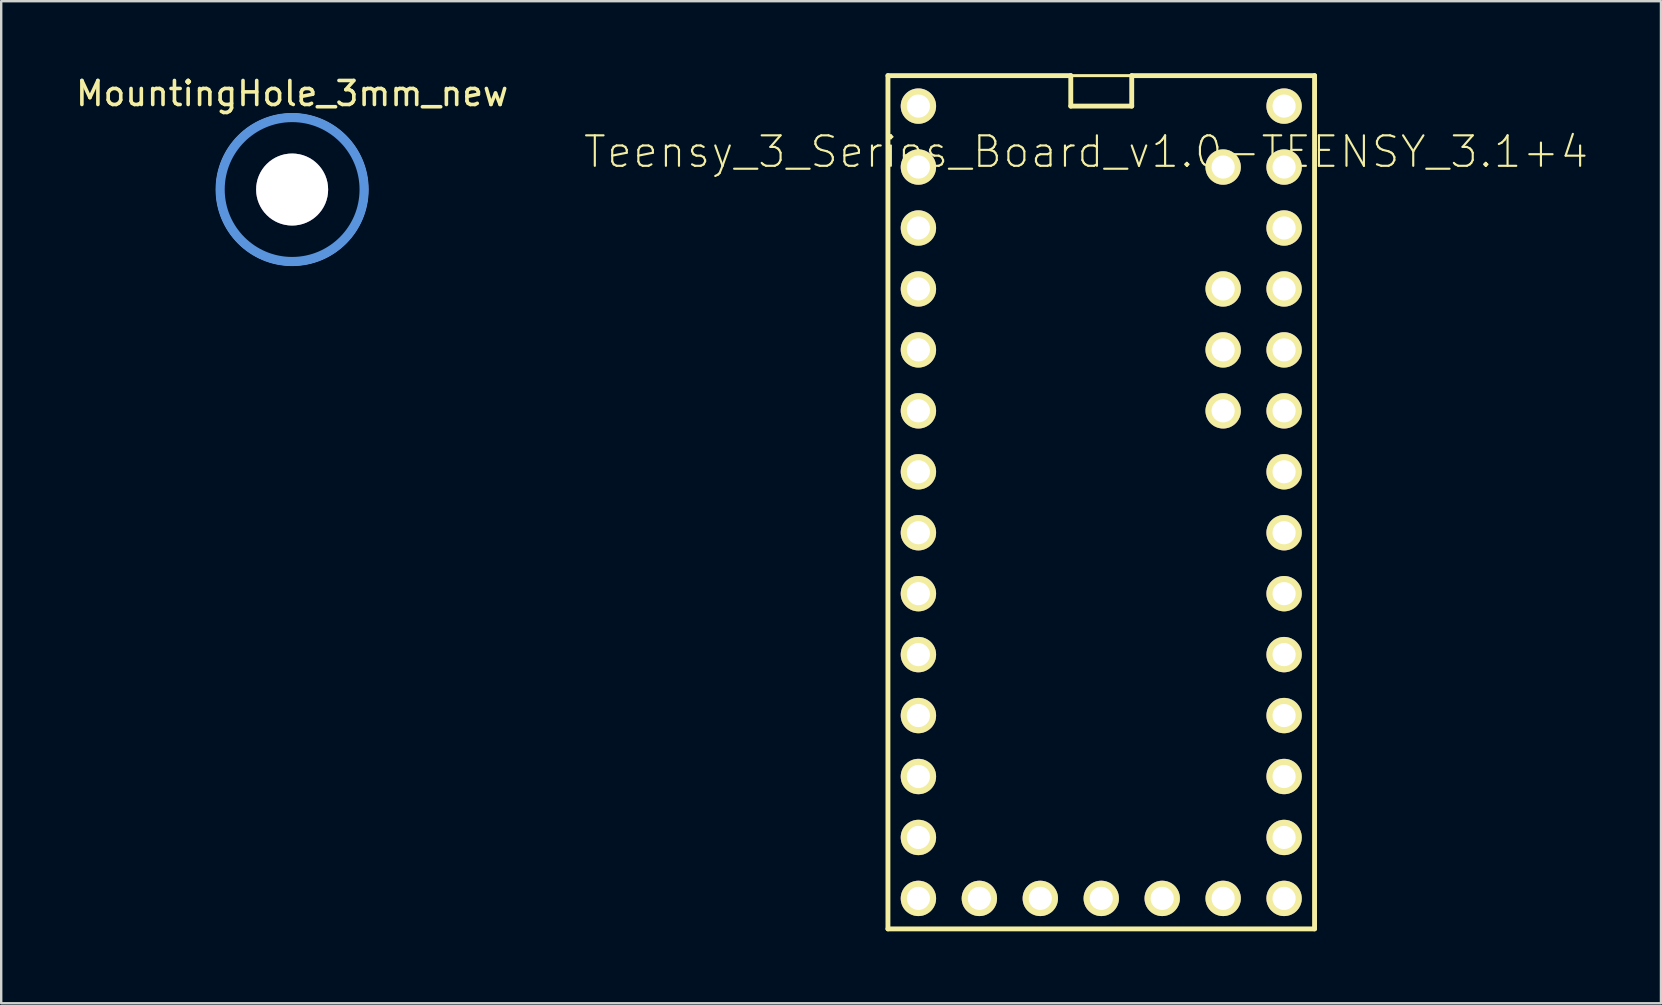
<source format=kicad_pcb>
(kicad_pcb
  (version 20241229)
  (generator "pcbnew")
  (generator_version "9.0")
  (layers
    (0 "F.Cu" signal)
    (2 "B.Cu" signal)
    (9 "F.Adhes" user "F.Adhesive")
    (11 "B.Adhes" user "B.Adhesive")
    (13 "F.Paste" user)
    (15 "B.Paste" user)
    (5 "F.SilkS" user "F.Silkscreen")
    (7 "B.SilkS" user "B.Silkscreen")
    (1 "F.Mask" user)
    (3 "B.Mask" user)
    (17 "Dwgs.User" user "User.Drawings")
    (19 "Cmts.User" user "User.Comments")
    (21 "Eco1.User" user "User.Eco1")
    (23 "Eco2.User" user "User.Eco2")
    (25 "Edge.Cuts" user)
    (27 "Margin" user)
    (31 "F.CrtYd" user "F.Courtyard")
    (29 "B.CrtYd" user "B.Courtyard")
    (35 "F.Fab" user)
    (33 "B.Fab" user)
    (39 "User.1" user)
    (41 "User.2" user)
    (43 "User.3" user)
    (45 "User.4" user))
  (footprint "MountingHole_3mm_new"
    (layer "F.Cu")
    (at 9.125 4.849)
    (property "Reference" "MountingHole_3mm_new" (at 0 -4 0) (layer "F.SilkS") (effects (font (size 1 1) (thickness 0.15))))
    (attr through_hole)
    (fp_circle (center 0 0) (end 3.048 -0.508) (stroke (width 0.15) (type solid)) (fill no) (layer "F.SilkS"))
    (fp_circle (center 0 0) (end 2.54 -1.778) (stroke (width 0.15) (type solid)) (fill no) (layer "B.SilkS"))
    (fp_circle (center 0 0) (end 3 0) (stroke (width 0.381) (type solid)) (fill no) (layer "Cmts.User"))
    (pad "" thru_hole circle (at 0 0) (size 3 3) (drill 3) (layers)))
  (footprint "Teensy_3_Series_Board_v1.0-TEENSY_3.1+4"
    (layer "F.Cu")
    (at 42.846 19.152)
    (property "Reference" "Teensy_3_Series_Board_v1.0-TEENSY_3.1+4" (at -0.635 -15.875 0) (layer "F.SilkS") (effects (font (size 1.27 1.27) (thickness 0.089))))
    (attr exclude_from_pos_files exclude_from_bom)
    (fp_line (start -8.89 -19.05) (end -1.27 -19.05) (stroke (width 0.203) (type solid)) (layer "F.SilkS"))
    (fp_line (start -8.89 -19.05) (end 8.89 -19.05) (stroke (width 0.127) (type solid)) (layer "F.SilkS"))
    (fp_line (start -8.89 16.51) (end -8.89 -19.05) (stroke (width 0.127) (type solid)) (layer "F.SilkS"))
    (fp_line (start -8.89 16.51) (end -8.89 -19.05) (stroke (width 0.203) (type solid)) (layer "F.SilkS"))
    (fp_line (start -1.27 -19.05) (end -1.27 -17.78) (stroke (width 0.203) (type solid)) (layer "F.SilkS"))
    (fp_line (start -1.27 -17.78) (end 1.27 -17.78) (stroke (width 0.203) (type solid)) (layer "F.SilkS"))
    (fp_line (start 1.27 -19.05) (end 8.89 -19.05) (stroke (width 0.203) (type solid)) (layer "F.SilkS"))
    (fp_line (start 1.27 -17.78) (end 1.27 -19.05) (stroke (width 0.203) (type solid)) (layer "F.SilkS"))
    (fp_line (start 8.89 -19.05) (end 8.89 16.51) (stroke (width 0.127) (type solid)) (layer "F.SilkS"))
    (fp_line (start 8.89 -19.05) (end 8.89 16.51) (stroke (width 0.203) (type solid)) (layer "F.SilkS"))
    (fp_line (start 8.89 16.51) (end -8.89 16.51) (stroke (width 0.127) (type solid)) (layer "F.SilkS"))
    (fp_line (start 8.89 16.51) (end -8.89 16.51) (stroke (width 0.203) (type solid)) (layer "F.SilkS"))
    (pad "0" thru_hole circle (at -7.62 -15.24) (size 1.473 1.473) (drill 0.965) (layers "*.Cu" "*.Mask" "F.SilkS"))
    (pad "1" thru_hole circle (at -7.62 -12.7) (size 1.473 1.473) (drill 0.965) (layers "*.Cu" "*.Mask" "F.SilkS"))
    (pad "2" thru_hole circle (at -7.62 -10.16) (size 1.473 1.473) (drill 0.965) (layers "*.Cu" "*.Mask" "F.SilkS"))
    (pad "3" thru_hole circle (at -7.62 -7.62) (size 1.473 1.473) (drill 0.965) (layers "*.Cu" "*.Mask" "F.SilkS"))
    (pad "3.3V" thru_hole circle (at -2.54 15.24) (size 1.473 1.473) (drill 0.965) (layers "*.Cu" "*.Mask" "F.SilkS"))
    (pad "3.3V" thru_hole circle (at 7.62 -12.7) (size 1.473 1.473) (drill 0.965) (layers "*.Cu" "*.Mask" "F.SilkS"))
    (pad "4" thru_hole circle (at -7.62 -5.08) (size 1.473 1.473) (drill 0.965) (layers "*.Cu" "*.Mask" "F.SilkS"))
    (pad "5" thru_hole circle (at -7.62 -2.54) (size 1.473 1.473) (drill 0.965) (layers "*.Cu" "*.Mask" "F.SilkS"))
    (pad "6" thru_hole circle (at -7.62 0) (size 1.473 1.473) (drill 0.965) (layers "*.Cu" "*.Mask" "F.SilkS"))
    (pad "7" thru_hole circle (at -7.62 2.54) (size 1.473 1.473) (drill 0.965) (layers "*.Cu" "*.Mask" "F.SilkS"))
    (pad "8" thru_hole circle (at -7.62 5.08) (size 1.473 1.473) (drill 0.965) (layers "*.Cu" "*.Mask" "F.SilkS"))
    (pad "9" thru_hole circle (at -7.62 7.62) (size 1.473 1.473) (drill 0.965) (layers "*.Cu" "*.Mask" "F.SilkS"))
    (pad "10" thru_hole circle (at -7.62 10.16) (size 1.473 1.473) (drill 0.965) (layers "*.Cu" "*.Mask" "F.SilkS"))
    (pad "11" thru_hole circle (at -7.62 12.7) (size 1.473 1.473) (drill 0.965) (layers "*.Cu" "*.Mask" "F.SilkS"))
    (pad "12" thru_hole circle (at -7.62 15.24) (size 1.473 1.473) (drill 0.965) (layers "*.Cu" "*.Mask" "F.SilkS"))
    (pad "13" thru_hole circle (at 7.62 15.24) (size 1.473 1.473) (drill 0.965) (layers "*.Cu" "*.Mask" "F.SilkS"))
    (pad "14/A" thru_hole circle (at 7.62 12.7) (size 1.473 1.473) (drill 0.965) (layers "*.Cu" "*.Mask" "F.SilkS"))
    (pad "15/A" thru_hole circle (at 7.62 10.16) (size 1.473 1.473) (drill 0.965) (layers "*.Cu" "*.Mask" "F.SilkS"))
    (pad "16/A" thru_hole circle (at 7.62 7.62) (size 1.473 1.473) (drill 0.965) (layers "*.Cu" "*.Mask" "F.SilkS"))
    (pad "17/A" thru_hole circle (at 7.62 5.08) (size 1.473 1.473) (drill 0.965) (layers "*.Cu" "*.Mask" "F.SilkS"))
    (pad "18/A" thru_hole circle (at 7.62 2.54) (size 1.473 1.473) (drill 0.965) (layers "*.Cu" "*.Mask" "F.SilkS"))
    (pad "19/A" thru_hole circle (at 7.62 0) (size 1.473 1.473) (drill 0.965) (layers "*.Cu" "*.Mask" "F.SilkS"))
    (pad "20/A" thru_hole circle (at 7.62 -2.54) (size 1.473 1.473) (drill 0.965) (layers "*.Cu" "*.Mask" "F.SilkS"))
    (pad "21/A" thru_hole circle (at 7.62 -5.08) (size 1.473 1.473) (drill 0.965) (layers "*.Cu" "*.Mask" "F.SilkS"))
    (pad "22/A" thru_hole circle (at 7.62 -7.62) (size 1.473 1.473) (drill 0.965) (layers "*.Cu" "*.Mask" "F.SilkS"))
    (pad "23/A" thru_hole circle (at 7.62 -10.16) (size 1.473 1.473) (drill 0.965) (layers "*.Cu" "*.Mask" "F.SilkS"))
    (pad "A10" thru_hole circle (at 5.08 -7.62) (size 1.473 1.473) (drill 0.965) (layers "*.Cu" "*.Mask" "F.SilkS"))
    (pad "A11" thru_hole circle (at 5.08 -5.08) (size 1.473 1.473) (drill 0.965) (layers "*.Cu" "*.Mask" "F.SilkS"))
    (pad "A14" thru_hole circle (at 5.08 15.24) (size 1.473 1.473) (drill 0.965) (layers "*.Cu" "*.Mask" "F.SilkS"))
    (pad "AGND" thru_hole circle (at 7.62 -15.24) (size 1.473 1.473) (drill 0.965) (layers "*.Cu" "*.Mask" "F.SilkS"))
    (pad "AREF" thru_hole circle (at 5.08 -10.16) (size 1.473 1.473) (drill 0.965) (layers "*.Cu" "*.Mask" "F.SilkS"))
    (pad "GND" thru_hole circle (at -7.62 -17.78) (size 1.473 1.473) (drill 0.965) (layers "*.Cu" "*.Mask" "F.SilkS"))
    (pad "GND1" thru_hole circle (at 0 15.24) (size 1.473 1.473) (drill 0.965) (layers "*.Cu" "*.Mask" "F.SilkS"))
    (pad "PGM" thru_hole circle (at 2.54 15.24) (size 1.473 1.473) (drill 0.965) (layers "*.Cu" "*.Mask" "F.SilkS"))
    (pad "VBAT" thru_hole circle (at -5.08 15.24) (size 1.473 1.473) (drill 0.965) (layers "*.Cu" "*.Mask" "F.SilkS"))
    (pad "VIN" thru_hole circle (at 7.62 -17.78) (size 1.473 1.473) (drill 0.965) (layers "*.Cu" "*.Mask" "F.SilkS"))
    (pad "VUSB" thru_hole circle (at 5.08 -15.24) (size 1.473 1.473) (drill 0.965) (layers "*.Cu" "*.Mask" "F.SilkS")))
  (gr_rect
    (start -3 -3)
    (end 66.173 38.763)
    (stroke (width 0.1) (type default))
    (fill no)
    (layer "Edge.Cuts")))
</source>
